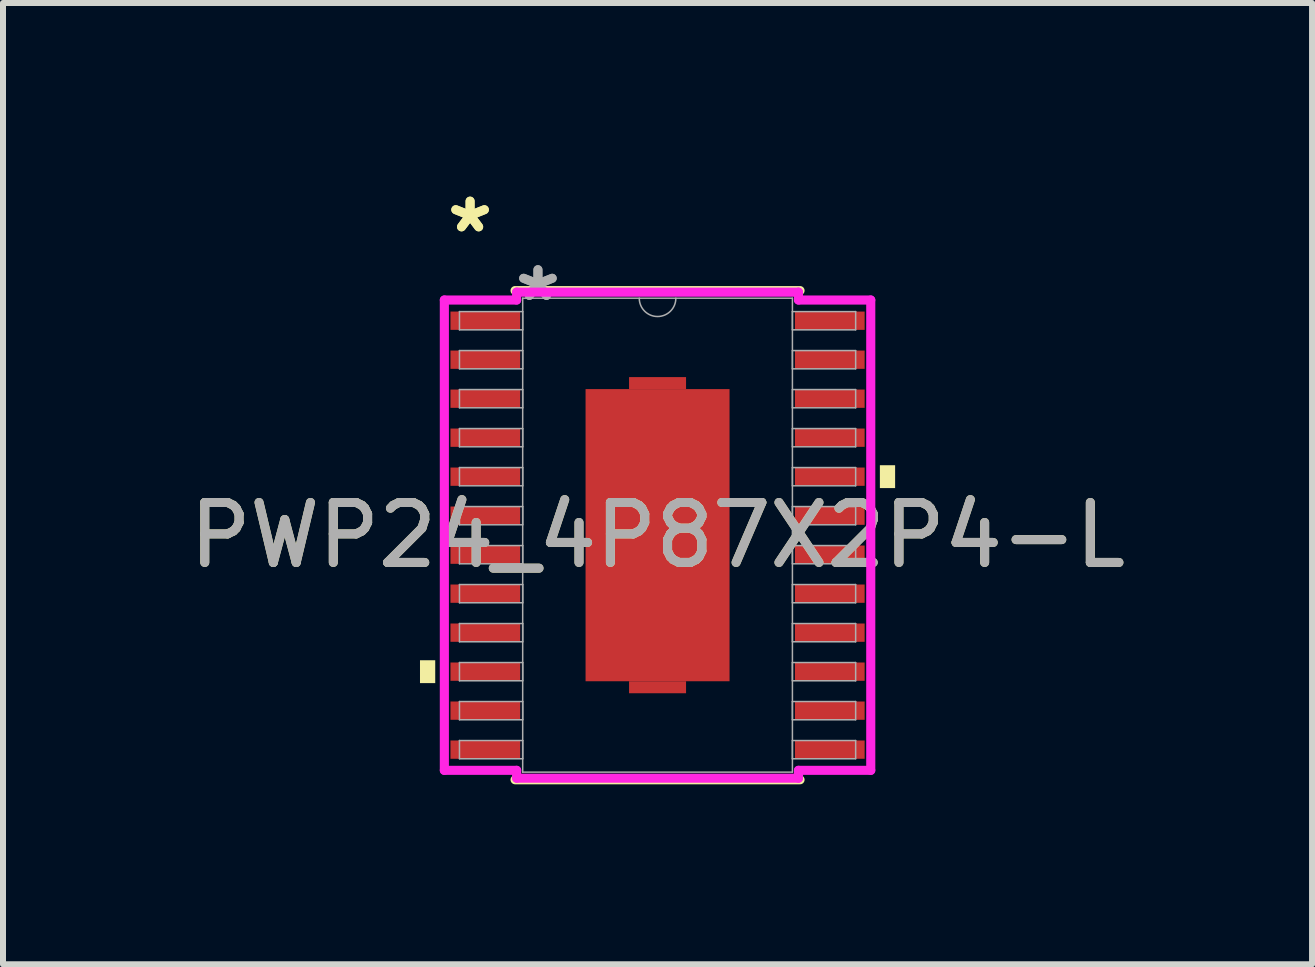
<source format=kicad_pcb>
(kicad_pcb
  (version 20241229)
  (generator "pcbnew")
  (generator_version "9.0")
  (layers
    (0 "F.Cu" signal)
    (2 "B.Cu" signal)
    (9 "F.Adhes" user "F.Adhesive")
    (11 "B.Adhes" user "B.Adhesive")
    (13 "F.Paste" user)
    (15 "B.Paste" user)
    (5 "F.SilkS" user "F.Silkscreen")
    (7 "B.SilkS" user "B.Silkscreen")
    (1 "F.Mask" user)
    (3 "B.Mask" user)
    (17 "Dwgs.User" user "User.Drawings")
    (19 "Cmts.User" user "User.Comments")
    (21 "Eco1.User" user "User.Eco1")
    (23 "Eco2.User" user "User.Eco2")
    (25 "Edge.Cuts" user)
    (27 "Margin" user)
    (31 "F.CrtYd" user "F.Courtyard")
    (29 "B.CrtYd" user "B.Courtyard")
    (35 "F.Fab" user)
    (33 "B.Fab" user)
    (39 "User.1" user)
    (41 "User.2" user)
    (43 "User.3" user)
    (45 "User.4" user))
  (footprint "PWP24_4P87X2P4-L"
    (layer "F.Cu")
    (at 7.911 5.871)
    (property "Reference" "PWP24_4P87X2P4-L" (at 0 0 0) (unlocked yes) (layer "F.SilkS") (effects (font (size 1 1) (thickness 0.15))))
    (attr smd)
    (fp_poly (pts (xy -0.475 -2.435) (xy -0.475 -2.635) (xy 0.475 -2.635) (xy 0.475 -2.435)) (stroke (width 0) (type solid)) (fill yes) (layer "F.Cu"))
    (fp_poly (pts (xy -0.475 2.435) (xy -0.475 2.635) (xy 0.475 2.635) (xy 0.475 2.435)) (stroke (width 0) (type solid)) (fill yes) (layer "F.Cu"))
    (fp_poly (pts (xy -0.475 -2.435) (xy -0.475 -2.635) (xy 0.475 -2.635) (xy 0.475 -2.435)) (stroke (width 0) (type solid)) (fill yes) (layer "F.Mask"))
    (fp_poly (pts (xy -0.475 2.435) (xy -0.475 2.635) (xy 0.475 2.635) (xy 0.475 2.435)) (stroke (width 0) (type solid)) (fill yes) (layer "F.Mask"))
    (fp_line (start -2.375 4.077) (end 2.375 4.077) (stroke (width 0.152) (type solid)) (layer "F.SilkS"))
    (fp_line (start 2.375 -4.077) (end -2.375 -4.077) (stroke (width 0.152) (type solid)) (layer "F.SilkS"))
    (fp_poly (pts (xy -3.96 2.085) (xy -3.96 2.466) (xy -3.706 2.466) (xy -3.706 2.085)) (stroke (width 0) (type solid)) (fill yes) (layer "F.SilkS"))
    (fp_poly (pts (xy 3.96 -1.166) (xy 3.96 -0.785) (xy 3.706 -0.785) (xy 3.706 -1.166)) (stroke (width 0) (type solid)) (fill yes) (layer "F.SilkS"))
    (fp_poly (pts (xy -1.1 -2.335) (xy -1.1 -0.912) (xy 1.1 -0.912) (xy 1.1 -2.335)) (stroke (width 0) (type solid)) (fill yes) (layer "F.Paste"))
    (fp_poly (pts (xy -1.1 -0.712) (xy -1.1 0.712) (xy 1.1 0.712) (xy 1.1 -0.712)) (stroke (width 0) (type solid)) (fill yes) (layer "F.Paste"))
    (fp_poly (pts (xy -1.1 0.912) (xy -1.1 2.335) (xy 1.1 2.335) (xy 1.1 0.912)) (stroke (width 0) (type solid)) (fill yes) (layer "F.Paste"))
    (fp_line (start -3.554 -3.92) (end -2.349 -3.92) (stroke (width 0.152) (type solid)) (layer "F.CrtYd"))
    (fp_line (start -3.554 3.92) (end -3.554 -3.92) (stroke (width 0.152) (type solid)) (layer "F.CrtYd"))
    (fp_line (start -3.554 3.92) (end -2.349 3.92) (stroke (width 0.152) (type solid)) (layer "F.CrtYd"))
    (fp_line (start -2.349 -4.051) (end 2.349 -4.051) (stroke (width 0.152) (type solid)) (layer "F.CrtYd"))
    (fp_line (start -2.349 -3.92) (end -2.349 -4.051) (stroke (width 0.152) (type solid)) (layer "F.CrtYd"))
    (fp_line (start -2.349 4.051) (end -2.349 3.92) (stroke (width 0.152) (type solid)) (layer "F.CrtYd"))
    (fp_line (start 2.349 -4.051) (end 2.349 -3.92) (stroke (width 0.152) (type solid)) (layer "F.CrtYd"))
    (fp_line (start 2.349 3.92) (end 2.349 4.051) (stroke (width 0.152) (type solid)) (layer "F.CrtYd"))
    (fp_line (start 2.349 4.051) (end -2.349 4.051) (stroke (width 0.152) (type solid)) (layer "F.CrtYd"))
    (fp_line (start 3.554 -3.92) (end 2.349 -3.92) (stroke (width 0.152) (type solid)) (layer "F.CrtYd"))
    (fp_line (start 3.554 -3.92) (end 3.554 3.92) (stroke (width 0.152) (type solid)) (layer "F.CrtYd"))
    (fp_line (start 3.554 3.92) (end 2.349 3.92) (stroke (width 0.152) (type solid)) (layer "F.CrtYd"))
    (fp_line (start -3.302 -3.727) (end -3.302 -3.423) (stroke (width 0.025) (type solid)) (layer "F.Fab"))
    (fp_line (start -3.302 -3.423) (end -2.248 -3.423) (stroke (width 0.025) (type solid)) (layer "F.Fab"))
    (fp_line (start -3.302 -3.077) (end -3.302 -2.773) (stroke (width 0.025) (type solid)) (layer "F.Fab"))
    (fp_line (start -3.302 -2.773) (end -2.248 -2.773) (stroke (width 0.025) (type solid)) (layer "F.Fab"))
    (fp_line (start -3.302 -2.427) (end -3.302 -2.123) (stroke (width 0.025) (type solid)) (layer "F.Fab"))
    (fp_line (start -3.302 -2.123) (end -2.248 -2.123) (stroke (width 0.025) (type solid)) (layer "F.Fab"))
    (fp_line (start -3.302 -1.777) (end -3.302 -1.473) (stroke (width 0.025) (type solid)) (layer "F.Fab"))
    (fp_line (start -3.302 -1.473) (end -2.248 -1.473) (stroke (width 0.025) (type solid)) (layer "F.Fab"))
    (fp_line (start -3.302 -1.127) (end -3.302 -0.823) (stroke (width 0.025) (type solid)) (layer "F.Fab"))
    (fp_line (start -3.302 -0.823) (end -2.248 -0.823) (stroke (width 0.025) (type solid)) (layer "F.Fab"))
    (fp_line (start -3.302 -0.477) (end -3.302 -0.173) (stroke (width 0.025) (type solid)) (layer "F.Fab"))
    (fp_line (start -3.302 -0.173) (end -2.248 -0.173) (stroke (width 0.025) (type solid)) (layer "F.Fab"))
    (fp_line (start -3.302 0.173) (end -3.302 0.477) (stroke (width 0.025) (type solid)) (layer "F.Fab"))
    (fp_line (start -3.302 0.477) (end -2.248 0.477) (stroke (width 0.025) (type solid)) (layer "F.Fab"))
    (fp_line (start -3.302 0.823) (end -3.302 1.127) (stroke (width 0.025) (type solid)) (layer "F.Fab"))
    (fp_line (start -3.302 1.127) (end -2.248 1.127) (stroke (width 0.025) (type solid)) (layer "F.Fab"))
    (fp_line (start -3.302 1.473) (end -3.302 1.777) (stroke (width 0.025) (type solid)) (layer "F.Fab"))
    (fp_line (start -3.302 1.777) (end -2.248 1.777) (stroke (width 0.025) (type solid)) (layer "F.Fab"))
    (fp_line (start -3.302 2.123) (end -3.302 2.427) (stroke (width 0.025) (type solid)) (layer "F.Fab"))
    (fp_line (start -3.302 2.427) (end -2.248 2.427) (stroke (width 0.025) (type solid)) (layer "F.Fab"))
    (fp_line (start -3.302 2.773) (end -3.302 3.077) (stroke (width 0.025) (type solid)) (layer "F.Fab"))
    (fp_line (start -3.302 3.077) (end -2.248 3.077) (stroke (width 0.025) (type solid)) (layer "F.Fab"))
    (fp_line (start -3.302 3.423) (end -3.302 3.727) (stroke (width 0.025) (type solid)) (layer "F.Fab"))
    (fp_line (start -3.302 3.727) (end -2.248 3.727) (stroke (width 0.025) (type solid)) (layer "F.Fab"))
    (fp_line (start -2.248 -3.95) (end -2.248 3.95) (stroke (width 0.025) (type solid)) (layer "F.Fab"))
    (fp_line (start -2.248 -3.727) (end -3.302 -3.727) (stroke (width 0.025) (type solid)) (layer "F.Fab"))
    (fp_line (start -2.248 -3.423) (end -2.248 -3.727) (stroke (width 0.025) (type solid)) (layer "F.Fab"))
    (fp_line (start -2.248 -3.077) (end -3.302 -3.077) (stroke (width 0.025) (type solid)) (layer "F.Fab"))
    (fp_line (start -2.248 -2.773) (end -2.248 -3.077) (stroke (width 0.025) (type solid)) (layer "F.Fab"))
    (fp_line (start -2.248 -2.427) (end -3.302 -2.427) (stroke (width 0.025) (type solid)) (layer "F.Fab"))
    (fp_line (start -2.248 -2.123) (end -2.248 -2.427) (stroke (width 0.025) (type solid)) (layer "F.Fab"))
    (fp_line (start -2.248 -1.777) (end -3.302 -1.777) (stroke (width 0.025) (type solid)) (layer "F.Fab"))
    (fp_line (start -2.248 -1.473) (end -2.248 -1.777) (stroke (width 0.025) (type solid)) (layer "F.Fab"))
    (fp_line (start -2.248 -1.127) (end -3.302 -1.127) (stroke (width 0.025) (type solid)) (layer "F.Fab"))
    (fp_line (start -2.248 -0.823) (end -2.248 -1.127) (stroke (width 0.025) (type solid)) (layer "F.Fab"))
    (fp_line (start -2.248 -0.477) (end -3.302 -0.477) (stroke (width 0.025) (type solid)) (layer "F.Fab"))
    (fp_line (start -2.248 -0.173) (end -2.248 -0.477) (stroke (width 0.025) (type solid)) (layer "F.Fab"))
    (fp_line (start -2.248 0.173) (end -3.302 0.173) (stroke (width 0.025) (type solid)) (layer "F.Fab"))
    (fp_line (start -2.248 0.477) (end -2.248 0.173) (stroke (width 0.025) (type solid)) (layer "F.Fab"))
    (fp_line (start -2.248 0.823) (end -3.302 0.823) (stroke (width 0.025) (type solid)) (layer "F.Fab"))
    (fp_line (start -2.248 1.127) (end -2.248 0.823) (stroke (width 0.025) (type solid)) (layer "F.Fab"))
    (fp_line (start -2.248 1.473) (end -3.302 1.473) (stroke (width 0.025) (type solid)) (layer "F.Fab"))
    (fp_line (start -2.248 1.777) (end -2.248 1.473) (stroke (width 0.025) (type solid)) (layer "F.Fab"))
    (fp_line (start -2.248 2.123) (end -3.302 2.123) (stroke (width 0.025) (type solid)) (layer "F.Fab"))
    (fp_line (start -2.248 2.427) (end -2.248 2.123) (stroke (width 0.025) (type solid)) (layer "F.Fab"))
    (fp_line (start -2.248 2.773) (end -3.302 2.773) (stroke (width 0.025) (type solid)) (layer "F.Fab"))
    (fp_line (start -2.248 3.077) (end -2.248 2.773) (stroke (width 0.025) (type solid)) (layer "F.Fab"))
    (fp_line (start -2.248 3.423) (end -3.302 3.423) (stroke (width 0.025) (type solid)) (layer "F.Fab"))
    (fp_line (start -2.248 3.727) (end -2.248 3.423) (stroke (width 0.025) (type solid)) (layer "F.Fab"))
    (fp_line (start -2.248 3.95) (end 2.248 3.95) (stroke (width 0.025) (type solid)) (layer "F.Fab"))
    (fp_line (start 2.248 -3.95) (end -2.248 -3.95) (stroke (width 0.025) (type solid)) (layer "F.Fab"))
    (fp_line (start 2.248 -3.727) (end 2.248 -3.423) (stroke (width 0.025) (type solid)) (layer "F.Fab"))
    (fp_line (start 2.248 -3.423) (end 3.302 -3.423) (stroke (width 0.025) (type solid)) (layer "F.Fab"))
    (fp_line (start 2.248 -3.077) (end 2.248 -2.773) (stroke (width 0.025) (type solid)) (layer "F.Fab"))
    (fp_line (start 2.248 -2.773) (end 3.302 -2.773) (stroke (width 0.025) (type solid)) (layer "F.Fab"))
    (fp_line (start 2.248 -2.427) (end 2.248 -2.123) (stroke (width 0.025) (type solid)) (layer "F.Fab"))
    (fp_line (start 2.248 -2.123) (end 3.302 -2.123) (stroke (width 0.025) (type solid)) (layer "F.Fab"))
    (fp_line (start 2.248 -1.777) (end 2.248 -1.473) (stroke (width 0.025) (type solid)) (layer "F.Fab"))
    (fp_line (start 2.248 -1.473) (end 3.302 -1.473) (stroke (width 0.025) (type solid)) (layer "F.Fab"))
    (fp_line (start 2.248 -1.127) (end 2.248 -0.823) (stroke (width 0.025) (type solid)) (layer "F.Fab"))
    (fp_line (start 2.248 -0.823) (end 3.302 -0.823) (stroke (width 0.025) (type solid)) (layer "F.Fab"))
    (fp_line (start 2.248 -0.477) (end 2.248 -0.173) (stroke (width 0.025) (type solid)) (layer "F.Fab"))
    (fp_line (start 2.248 -0.173) (end 3.302 -0.173) (stroke (width 0.025) (type solid)) (layer "F.Fab"))
    (fp_line (start 2.248 0.173) (end 2.248 0.477) (stroke (width 0.025) (type solid)) (layer "F.Fab"))
    (fp_line (start 2.248 0.477) (end 3.302 0.477) (stroke (width 0.025) (type solid)) (layer "F.Fab"))
    (fp_line (start 2.248 0.823) (end 2.248 1.127) (stroke (width 0.025) (type solid)) (layer "F.Fab"))
    (fp_line (start 2.248 1.127) (end 3.302 1.127) (stroke (width 0.025) (type solid)) (layer "F.Fab"))
    (fp_line (start 2.248 1.473) (end 2.248 1.777) (stroke (width 0.025) (type solid)) (layer "F.Fab"))
    (fp_line (start 2.248 1.777) (end 3.302 1.777) (stroke (width 0.025) (type solid)) (layer "F.Fab"))
    (fp_line (start 2.248 2.123) (end 2.248 2.427) (stroke (width 0.025) (type solid)) (layer "F.Fab"))
    (fp_line (start 2.248 2.427) (end 3.302 2.427) (stroke (width 0.025) (type solid)) (layer "F.Fab"))
    (fp_line (start 2.248 2.773) (end 2.248 3.077) (stroke (width 0.025) (type solid)) (layer "F.Fab"))
    (fp_line (start 2.248 3.077) (end 3.302 3.077) (stroke (width 0.025) (type solid)) (layer "F.Fab"))
    (fp_line (start 2.248 3.423) (end 2.248 3.727) (stroke (width 0.025) (type solid)) (layer "F.Fab"))
    (fp_line (start 2.248 3.727) (end 3.302 3.727) (stroke (width 0.025) (type solid)) (layer "F.Fab"))
    (fp_line (start 2.248 3.95) (end 2.248 -3.95) (stroke (width 0.025) (type solid)) (layer "F.Fab"))
    (fp_line (start 3.302 -3.727) (end 2.248 -3.727) (stroke (width 0.025) (type solid)) (layer "F.Fab"))
    (fp_line (start 3.302 -3.423) (end 3.302 -3.727) (stroke (width 0.025) (type solid)) (layer "F.Fab"))
    (fp_line (start 3.302 -3.077) (end 2.248 -3.077) (stroke (width 0.025) (type solid)) (layer "F.Fab"))
    (fp_line (start 3.302 -2.773) (end 3.302 -3.077) (stroke (width 0.025) (type solid)) (layer "F.Fab"))
    (fp_line (start 3.302 -2.427) (end 2.248 -2.427) (stroke (width 0.025) (type solid)) (layer "F.Fab"))
    (fp_line (start 3.302 -2.123) (end 3.302 -2.427) (stroke (width 0.025) (type solid)) (layer "F.Fab"))
    (fp_line (start 3.302 -1.777) (end 2.248 -1.777) (stroke (width 0.025) (type solid)) (layer "F.Fab"))
    (fp_line (start 3.302 -1.473) (end 3.302 -1.777) (stroke (width 0.025) (type solid)) (layer "F.Fab"))
    (fp_line (start 3.302 -1.127) (end 2.248 -1.127) (stroke (width 0.025) (type solid)) (layer "F.Fab"))
    (fp_line (start 3.302 -0.823) (end 3.302 -1.127) (stroke (width 0.025) (type solid)) (layer "F.Fab"))
    (fp_line (start 3.302 -0.477) (end 2.248 -0.477) (stroke (width 0.025) (type solid)) (layer "F.Fab"))
    (fp_line (start 3.302 -0.173) (end 3.302 -0.477) (stroke (width 0.025) (type solid)) (layer "F.Fab"))
    (fp_line (start 3.302 0.173) (end 2.248 0.173) (stroke (width 0.025) (type solid)) (layer "F.Fab"))
    (fp_line (start 3.302 0.477) (end 3.302 0.173) (stroke (width 0.025) (type solid)) (layer "F.Fab"))
    (fp_line (start 3.302 0.823) (end 2.248 0.823) (stroke (width 0.025) (type solid)) (layer "F.Fab"))
    (fp_line (start 3.302 1.127) (end 3.302 0.823) (stroke (width 0.025) (type solid)) (layer "F.Fab"))
    (fp_line (start 3.302 1.473) (end 2.248 1.473) (stroke (width 0.025) (type solid)) (layer "F.Fab"))
    (fp_line (start 3.302 1.777) (end 3.302 1.473) (stroke (width 0.025) (type solid)) (layer "F.Fab"))
    (fp_line (start 3.302 2.123) (end 2.248 2.123) (stroke (width 0.025) (type solid)) (layer "F.Fab"))
    (fp_line (start 3.302 2.427) (end 3.302 2.123) (stroke (width 0.025) (type solid)) (layer "F.Fab"))
    (fp_line (start 3.302 2.773) (end 2.248 2.773) (stroke (width 0.025) (type solid)) (layer "F.Fab"))
    (fp_line (start 3.302 3.077) (end 3.302 2.773) (stroke (width 0.025) (type solid)) (layer "F.Fab"))
    (fp_line (start 3.302 3.423) (end 2.248 3.423) (stroke (width 0.025) (type solid)) (layer "F.Fab"))
    (fp_line (start 3.302 3.727) (end 3.302 3.423) (stroke (width 0.025) (type solid)) (layer "F.Fab"))
    (fp_arc (start 0.3048 -3.9497) (mid 0 -3.6449) (end -0.3048 -3.9497) (stroke (width 0.0254) (type solid)) (layer "F.Fab"))
    (fp_text user "*" (at -3.125 -5.023 0) (unlocked yes) (layer "F.SilkS") (effects (font (size 1 1) (thickness 0.15))))
    (fp_text user "*" (at -3.125 -5.023 0) (layer "F.SilkS") (effects (font (size 1 1) (thickness 0.15))))
    (fp_text user "${REFERENCE}" (at 0 0 0) (unlocked yes) (layer "F.Fab") (effects (font (size 1 1) (thickness 0.15))))
    (fp_text user "*" (at -1.994 -3.88 0) (layer "F.Fab") (effects (font (size 1 1) (thickness 0.15))))
    (fp_text user "*" (at -1.994 -3.88 0) (unlocked yes) (layer "F.Fab") (effects (font (size 1 1) (thickness 0.15))))
    (pad "1" smd rect (at -2.871 -3.575) (size 1.162 0.305) (layers "F.Cu" "F.Mask" "F.Paste"))
    (pad "2" smd rect (at -2.871 -2.925) (size 1.162 0.305) (layers "F.Cu" "F.Mask" "F.Paste"))
    (pad "3" smd rect (at -2.871 -2.275) (size 1.162 0.305) (layers "F.Cu" "F.Mask" "F.Paste"))
    (pad "4" smd rect (at -2.871 -1.625) (size 1.162 0.305) (layers "F.Cu" "F.Mask" "F.Paste"))
    (pad "5" smd rect (at -2.871 -0.975) (size 1.162 0.305) (layers "F.Cu" "F.Mask" "F.Paste"))
    (pad "6" smd rect (at -2.871 -0.325) (size 1.162 0.305) (layers "F.Cu" "F.Mask" "F.Paste"))
    (pad "7" smd rect (at -2.871 0.325) (size 1.162 0.305) (layers "F.Cu" "F.Mask" "F.Paste"))
    (pad "8" smd rect (at -2.871 0.975) (size 1.162 0.305) (layers "F.Cu" "F.Mask" "F.Paste"))
    (pad "9" smd rect (at -2.871 1.625) (size 1.162 0.305) (layers "F.Cu" "F.Mask" "F.Paste"))
    (pad "10" smd rect (at -2.871 2.275) (size 1.162 0.305) (layers "F.Cu" "F.Mask" "F.Paste"))
    (pad "11" smd rect (at -2.871 2.925) (size 1.162 0.305) (layers "F.Cu" "F.Mask" "F.Paste"))
    (pad "12" smd rect (at -2.871 3.575) (size 1.162 0.305) (layers "F.Cu" "F.Mask" "F.Paste"))
    (pad "13" smd rect (at 2.871 3.575) (size 1.162 0.305) (layers "F.Cu" "F.Mask" "F.Paste"))
    (pad "14" smd rect (at 2.871 2.925) (size 1.162 0.305) (layers "F.Cu" "F.Mask" "F.Paste"))
    (pad "15" smd rect (at 2.871 2.275) (size 1.162 0.305) (layers "F.Cu" "F.Mask" "F.Paste"))
    (pad "16" smd rect (at 2.871 1.625) (size 1.162 0.305) (layers "F.Cu" "F.Mask" "F.Paste"))
    (pad "17" smd rect (at 2.871 0.975) (size 1.162 0.305) (layers "F.Cu" "F.Mask" "F.Paste"))
    (pad "18" smd rect (at 2.871 0.325) (size 1.162 0.305) (layers "F.Cu" "F.Mask" "F.Paste"))
    (pad "19" smd rect (at 2.871 -0.325) (size 1.162 0.305) (layers "F.Cu" "F.Mask" "F.Paste"))
    (pad "20" smd rect (at 2.871 -0.975) (size 1.162 0.305) (layers "F.Cu" "F.Mask" "F.Paste"))
    (pad "21" smd rect (at 2.871 -1.625) (size 1.162 0.305) (layers "F.Cu" "F.Mask" "F.Paste"))
    (pad "22" smd rect (at 2.871 -2.275) (size 1.162 0.305) (layers "F.Cu" "F.Mask" "F.Paste"))
    (pad "23" smd rect (at 2.871 -2.925) (size 1.162 0.305) (layers "F.Cu" "F.Mask" "F.Paste"))
    (pad "24" smd rect (at 2.871 -3.575) (size 1.162 0.305) (layers "F.Cu" "F.Mask" "F.Paste"))
    (pad "25" smd rect (at 0 0) (size 2.4 4.87) (layers "F.Cu" "F.Mask" "F.Paste")))
  (gr_rect
    (start -3 -3)
    (end 18.821 13.024)
    (stroke (width 0.1) (type default))
    (fill no)
    (layer "Edge.Cuts")))
</source>
